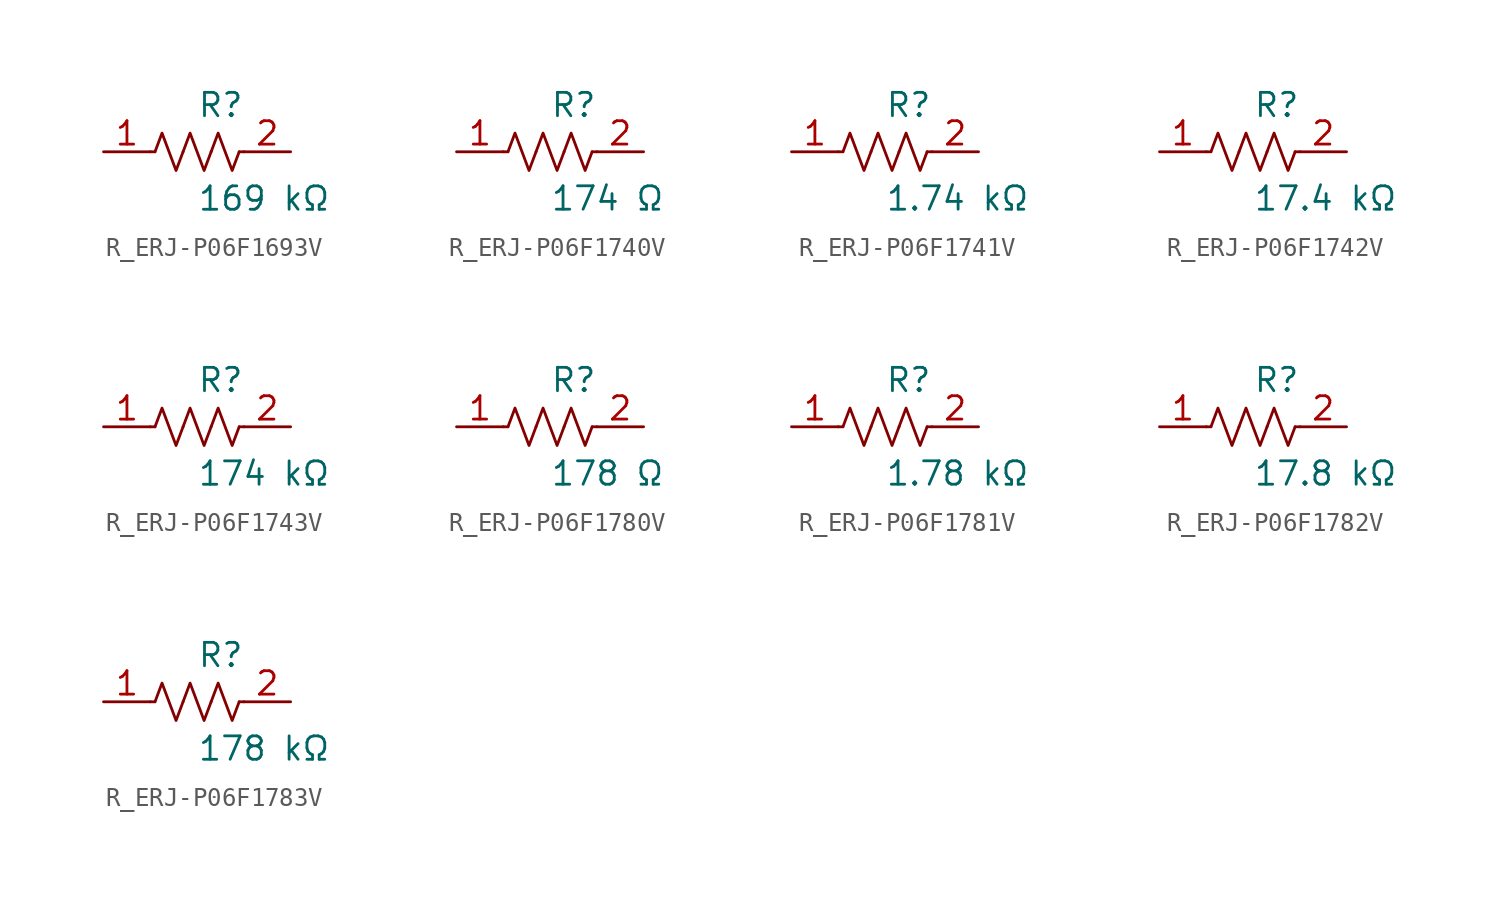
<source format=kicad_sym>
(kicad_symbol_lib
  (version 20231120)
  (generator kicad_symbol_editor)
  (generator_version 8.0)
  (symbol "R_ERJ-P06F1693V"
    (pin_names
      (offset 0.254))
    (property "Reference" "R"
      (at 0.0 2.54 0)
      (effects (font (size 1.27 1.27)) (justify left)))
    (property "Value" "169 kΩ"
      (at 0.0 -2.54 0)
      (effects (font (size 1.27 1.27)) (justify left)))
    (symbol "R_ERJ-P06F1693V_0_1"
      (polyline (pts (xy 2.286 0) (xy 2.54 0)) (stroke (width 0) (type default)) (fill (type none)))
      (polyline (pts (xy -2.286 0) (xy -2.54 0)) (stroke (width 0) (type default)) (fill (type none)))
      (polyline (pts (xy 0.762 0) (xy 1.143 1.016) (xy 1.524 0) (xy 1.905 -1.016) (xy 2.286 0)) (stroke (width 0) (type default)) (fill (type none)))
      (polyline (pts (xy -0.762 0) (xy -0.381 1.016) (xy 0 0) (xy 0.381 -1.016) (xy 0.762 0)) (stroke (width 0) (type default)) (fill (type none)))
      (polyline (pts (xy -2.286 0) (xy -1.905 1.016) (xy -1.524 0) (xy -1.143 -1.016) (xy -0.762 0)) (stroke (width 0) (type default)) (fill (type none))))
    (pin unspecified line
      (at -5.08 0 0)
      (length 2.54)
      (name "" (effects (font (size 1.27 1.27))))
      (number "1" (effects (font (size 1.27 1.27)))))
    (pin unspecified line
      (at 5.08 0 180)
      (length 2.54)
      (name "" (effects (font (size 1.27 1.27))))
      (number "2" (effects (font (size 1.27 1.27))))))
  (symbol "R_ERJ-P06F1740V"
    (pin_names
      (offset 0.254))
    (property "Reference" "R"
      (at 0.0 2.54 0)
      (effects (font (size 1.27 1.27)) (justify left)))
    (property "Value" "174 Ω"
      (at 0.0 -2.54 0)
      (effects (font (size 1.27 1.27)) (justify left)))
    (symbol "R_ERJ-P06F1740V_0_1"
      (polyline (pts (xy 2.286 0) (xy 2.54 0)) (stroke (width 0) (type default)) (fill (type none)))
      (polyline (pts (xy -2.286 0) (xy -2.54 0)) (stroke (width 0) (type default)) (fill (type none)))
      (polyline (pts (xy 0.762 0) (xy 1.143 1.016) (xy 1.524 0) (xy 1.905 -1.016) (xy 2.286 0)) (stroke (width 0) (type default)) (fill (type none)))
      (polyline (pts (xy -0.762 0) (xy -0.381 1.016) (xy 0 0) (xy 0.381 -1.016) (xy 0.762 0)) (stroke (width 0) (type default)) (fill (type none)))
      (polyline (pts (xy -2.286 0) (xy -1.905 1.016) (xy -1.524 0) (xy -1.143 -1.016) (xy -0.762 0)) (stroke (width 0) (type default)) (fill (type none))))
    (pin unspecified line
      (at -5.08 0 0)
      (length 2.54)
      (name "" (effects (font (size 1.27 1.27))))
      (number "1" (effects (font (size 1.27 1.27)))))
    (pin unspecified line
      (at 5.08 0 180)
      (length 2.54)
      (name "" (effects (font (size 1.27 1.27))))
      (number "2" (effects (font (size 1.27 1.27))))))
  (symbol "R_ERJ-P06F1741V"
    (pin_names
      (offset 0.254))
    (property "Reference" "R"
      (at 0.0 2.54 0)
      (effects (font (size 1.27 1.27)) (justify left)))
    (property "Value" "1.74 kΩ"
      (at 0.0 -2.54 0)
      (effects (font (size 1.27 1.27)) (justify left)))
    (symbol "R_ERJ-P06F1741V_0_1"
      (polyline (pts (xy 2.286 0) (xy 2.54 0)) (stroke (width 0) (type default)) (fill (type none)))
      (polyline (pts (xy -2.286 0) (xy -2.54 0)) (stroke (width 0) (type default)) (fill (type none)))
      (polyline (pts (xy 0.762 0) (xy 1.143 1.016) (xy 1.524 0) (xy 1.905 -1.016) (xy 2.286 0)) (stroke (width 0) (type default)) (fill (type none)))
      (polyline (pts (xy -0.762 0) (xy -0.381 1.016) (xy 0 0) (xy 0.381 -1.016) (xy 0.762 0)) (stroke (width 0) (type default)) (fill (type none)))
      (polyline (pts (xy -2.286 0) (xy -1.905 1.016) (xy -1.524 0) (xy -1.143 -1.016) (xy -0.762 0)) (stroke (width 0) (type default)) (fill (type none))))
    (pin unspecified line
      (at -5.08 0 0)
      (length 2.54)
      (name "" (effects (font (size 1.27 1.27))))
      (number "1" (effects (font (size 1.27 1.27)))))
    (pin unspecified line
      (at 5.08 0 180)
      (length 2.54)
      (name "" (effects (font (size 1.27 1.27))))
      (number "2" (effects (font (size 1.27 1.27))))))
  (symbol "R_ERJ-P06F1742V"
    (pin_names
      (offset 0.254))
    (property "Reference" "R"
      (at 0.0 2.54 0)
      (effects (font (size 1.27 1.27)) (justify left)))
    (property "Value" "17.4 kΩ"
      (at 0.0 -2.54 0)
      (effects (font (size 1.27 1.27)) (justify left)))
    (symbol "R_ERJ-P06F1742V_0_1"
      (polyline (pts (xy 2.286 0) (xy 2.54 0)) (stroke (width 0) (type default)) (fill (type none)))
      (polyline (pts (xy -2.286 0) (xy -2.54 0)) (stroke (width 0) (type default)) (fill (type none)))
      (polyline (pts (xy 0.762 0) (xy 1.143 1.016) (xy 1.524 0) (xy 1.905 -1.016) (xy 2.286 0)) (stroke (width 0) (type default)) (fill (type none)))
      (polyline (pts (xy -0.762 0) (xy -0.381 1.016) (xy 0 0) (xy 0.381 -1.016) (xy 0.762 0)) (stroke (width 0) (type default)) (fill (type none)))
      (polyline (pts (xy -2.286 0) (xy -1.905 1.016) (xy -1.524 0) (xy -1.143 -1.016) (xy -0.762 0)) (stroke (width 0) (type default)) (fill (type none))))
    (pin unspecified line
      (at -5.08 0 0)
      (length 2.54)
      (name "" (effects (font (size 1.27 1.27))))
      (number "1" (effects (font (size 1.27 1.27)))))
    (pin unspecified line
      (at 5.08 0 180)
      (length 2.54)
      (name "" (effects (font (size 1.27 1.27))))
      (number "2" (effects (font (size 1.27 1.27))))))
  (symbol "R_ERJ-P06F1743V"
    (pin_names
      (offset 0.254))
    (property "Reference" "R"
      (at 0.0 2.54 0)
      (effects (font (size 1.27 1.27)) (justify left)))
    (property "Value" "174 kΩ"
      (at 0.0 -2.54 0)
      (effects (font (size 1.27 1.27)) (justify left)))
    (symbol "R_ERJ-P06F1743V_0_1"
      (polyline (pts (xy 2.286 0) (xy 2.54 0)) (stroke (width 0) (type default)) (fill (type none)))
      (polyline (pts (xy -2.286 0) (xy -2.54 0)) (stroke (width 0) (type default)) (fill (type none)))
      (polyline (pts (xy 0.762 0) (xy 1.143 1.016) (xy 1.524 0) (xy 1.905 -1.016) (xy 2.286 0)) (stroke (width 0) (type default)) (fill (type none)))
      (polyline (pts (xy -0.762 0) (xy -0.381 1.016) (xy 0 0) (xy 0.381 -1.016) (xy 0.762 0)) (stroke (width 0) (type default)) (fill (type none)))
      (polyline (pts (xy -2.286 0) (xy -1.905 1.016) (xy -1.524 0) (xy -1.143 -1.016) (xy -0.762 0)) (stroke (width 0) (type default)) (fill (type none))))
    (pin unspecified line
      (at -5.08 0 0)
      (length 2.54)
      (name "" (effects (font (size 1.27 1.27))))
      (number "1" (effects (font (size 1.27 1.27)))))
    (pin unspecified line
      (at 5.08 0 180)
      (length 2.54)
      (name "" (effects (font (size 1.27 1.27))))
      (number "2" (effects (font (size 1.27 1.27))))))
  (symbol "R_ERJ-P06F1780V"
    (pin_names
      (offset 0.254))
    (property "Reference" "R"
      (at 0.0 2.54 0)
      (effects (font (size 1.27 1.27)) (justify left)))
    (property "Value" "178 Ω"
      (at 0.0 -2.54 0)
      (effects (font (size 1.27 1.27)) (justify left)))
    (symbol "R_ERJ-P06F1780V_0_1"
      (polyline (pts (xy 2.286 0) (xy 2.54 0)) (stroke (width 0) (type default)) (fill (type none)))
      (polyline (pts (xy -2.286 0) (xy -2.54 0)) (stroke (width 0) (type default)) (fill (type none)))
      (polyline (pts (xy 0.762 0) (xy 1.143 1.016) (xy 1.524 0) (xy 1.905 -1.016) (xy 2.286 0)) (stroke (width 0) (type default)) (fill (type none)))
      (polyline (pts (xy -0.762 0) (xy -0.381 1.016) (xy 0 0) (xy 0.381 -1.016) (xy 0.762 0)) (stroke (width 0) (type default)) (fill (type none)))
      (polyline (pts (xy -2.286 0) (xy -1.905 1.016) (xy -1.524 0) (xy -1.143 -1.016) (xy -0.762 0)) (stroke (width 0) (type default)) (fill (type none))))
    (pin unspecified line
      (at -5.08 0 0)
      (length 2.54)
      (name "" (effects (font (size 1.27 1.27))))
      (number "1" (effects (font (size 1.27 1.27)))))
    (pin unspecified line
      (at 5.08 0 180)
      (length 2.54)
      (name "" (effects (font (size 1.27 1.27))))
      (number "2" (effects (font (size 1.27 1.27))))))
  (symbol "R_ERJ-P06F1781V"
    (pin_names
      (offset 0.254))
    (property "Reference" "R"
      (at 0.0 2.54 0)
      (effects (font (size 1.27 1.27)) (justify left)))
    (property "Value" "1.78 kΩ"
      (at 0.0 -2.54 0)
      (effects (font (size 1.27 1.27)) (justify left)))
    (symbol "R_ERJ-P06F1781V_0_1"
      (polyline (pts (xy 2.286 0) (xy 2.54 0)) (stroke (width 0) (type default)) (fill (type none)))
      (polyline (pts (xy -2.286 0) (xy -2.54 0)) (stroke (width 0) (type default)) (fill (type none)))
      (polyline (pts (xy 0.762 0) (xy 1.143 1.016) (xy 1.524 0) (xy 1.905 -1.016) (xy 2.286 0)) (stroke (width 0) (type default)) (fill (type none)))
      (polyline (pts (xy -0.762 0) (xy -0.381 1.016) (xy 0 0) (xy 0.381 -1.016) (xy 0.762 0)) (stroke (width 0) (type default)) (fill (type none)))
      (polyline (pts (xy -2.286 0) (xy -1.905 1.016) (xy -1.524 0) (xy -1.143 -1.016) (xy -0.762 0)) (stroke (width 0) (type default)) (fill (type none))))
    (pin unspecified line
      (at -5.08 0 0)
      (length 2.54)
      (name "" (effects (font (size 1.27 1.27))))
      (number "1" (effects (font (size 1.27 1.27)))))
    (pin unspecified line
      (at 5.08 0 180)
      (length 2.54)
      (name "" (effects (font (size 1.27 1.27))))
      (number "2" (effects (font (size 1.27 1.27))))))
  (symbol "R_ERJ-P06F1782V"
    (pin_names
      (offset 0.254))
    (property "Reference" "R"
      (at 0.0 2.54 0)
      (effects (font (size 1.27 1.27)) (justify left)))
    (property "Value" "17.8 kΩ"
      (at 0.0 -2.54 0)
      (effects (font (size 1.27 1.27)) (justify left)))
    (symbol "R_ERJ-P06F1782V_0_1"
      (polyline (pts (xy 2.286 0) (xy 2.54 0)) (stroke (width 0) (type default)) (fill (type none)))
      (polyline (pts (xy -2.286 0) (xy -2.54 0)) (stroke (width 0) (type default)) (fill (type none)))
      (polyline (pts (xy 0.762 0) (xy 1.143 1.016) (xy 1.524 0) (xy 1.905 -1.016) (xy 2.286 0)) (stroke (width 0) (type default)) (fill (type none)))
      (polyline (pts (xy -0.762 0) (xy -0.381 1.016) (xy 0 0) (xy 0.381 -1.016) (xy 0.762 0)) (stroke (width 0) (type default)) (fill (type none)))
      (polyline (pts (xy -2.286 0) (xy -1.905 1.016) (xy -1.524 0) (xy -1.143 -1.016) (xy -0.762 0)) (stroke (width 0) (type default)) (fill (type none))))
    (pin unspecified line
      (at -5.08 0 0)
      (length 2.54)
      (name "" (effects (font (size 1.27 1.27))))
      (number "1" (effects (font (size 1.27 1.27)))))
    (pin unspecified line
      (at 5.08 0 180)
      (length 2.54)
      (name "" (effects (font (size 1.27 1.27))))
      (number "2" (effects (font (size 1.27 1.27))))))
  (symbol "R_ERJ-P06F1783V"
    (pin_names
      (offset 0.254))
    (property "Reference" "R"
      (at 0.0 2.54 0)
      (effects (font (size 1.27 1.27)) (justify left)))
    (property "Value" "178 kΩ"
      (at 0.0 -2.54 0)
      (effects (font (size 1.27 1.27)) (justify left)))
    (symbol "R_ERJ-P06F1783V_0_1"
      (polyline (pts (xy 2.286 0) (xy 2.54 0)) (stroke (width 0) (type default)) (fill (type none)))
      (polyline (pts (xy -2.286 0) (xy -2.54 0)) (stroke (width 0) (type default)) (fill (type none)))
      (polyline (pts (xy 0.762 0) (xy 1.143 1.016) (xy 1.524 0) (xy 1.905 -1.016) (xy 2.286 0)) (stroke (width 0) (type default)) (fill (type none)))
      (polyline (pts (xy -0.762 0) (xy -0.381 1.016) (xy 0 0) (xy 0.381 -1.016) (xy 0.762 0)) (stroke (width 0) (type default)) (fill (type none)))
      (polyline (pts (xy -2.286 0) (xy -1.905 1.016) (xy -1.524 0) (xy -1.143 -1.016) (xy -0.762 0)) (stroke (width 0) (type default)) (fill (type none))))
    (pin unspecified line
      (at -5.08 0 0)
      (length 2.54)
      (name "" (effects (font (size 1.27 1.27))))
      (number "1" (effects (font (size 1.27 1.27)))))
    (pin unspecified line
      (at 5.08 0 180)
      (length 2.54)
      (name "" (effects (font (size 1.27 1.27))))
      (number "2" (effects (font (size 1.27 1.27)))))))
</source>
